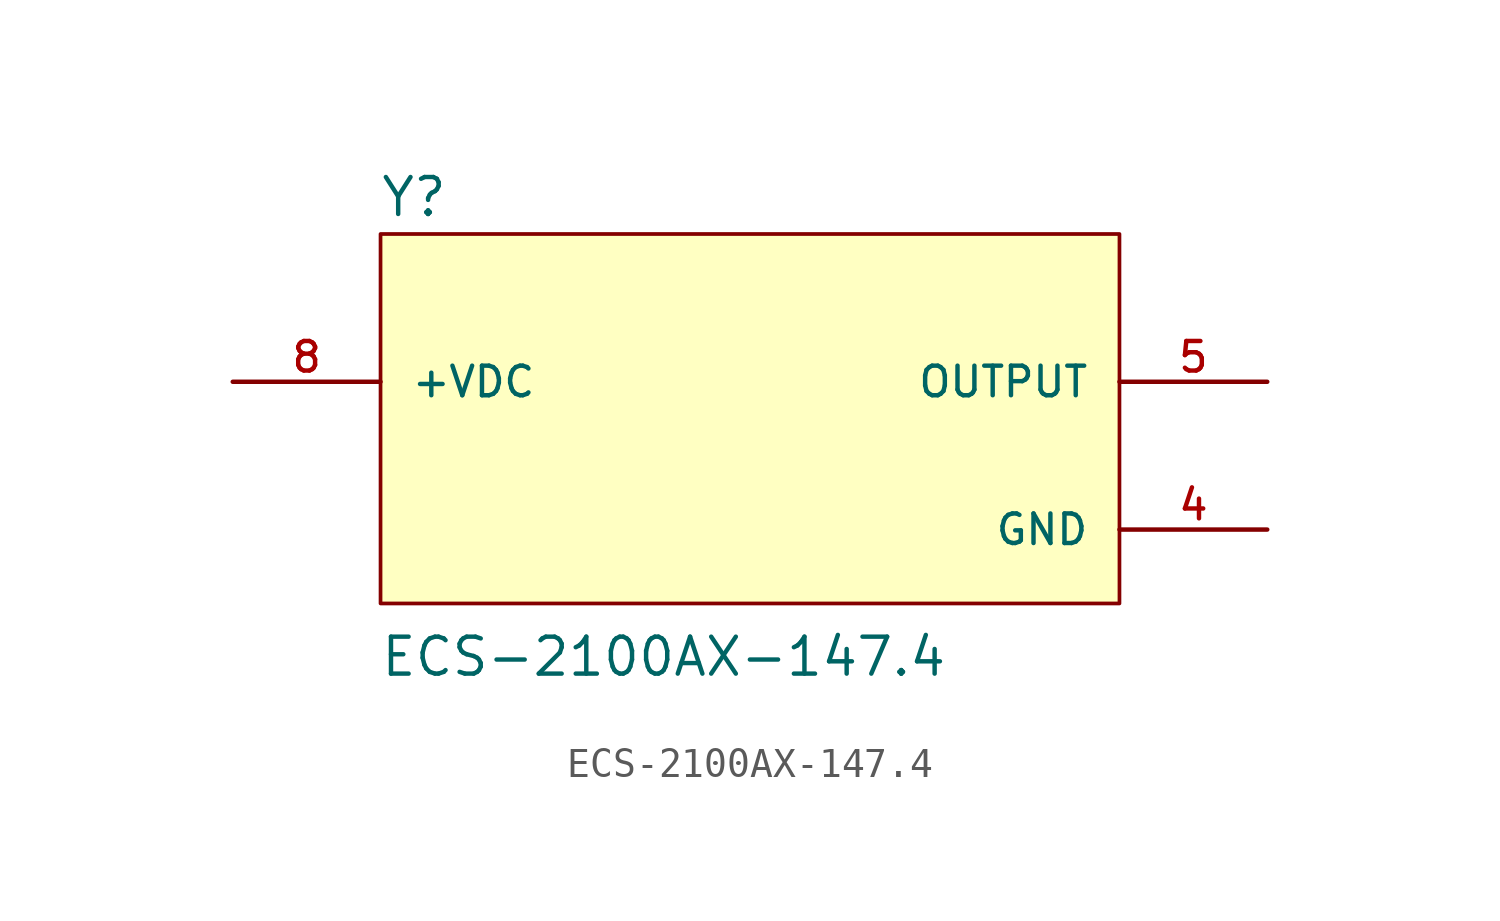
<source format=kicad_sym>
(kicad_symbol_lib
  (version 20211014)
  (generator kicad_symbol_editor)
  (symbol "ECS-2100AX-147.4"
    (pin_names
      (offset 1.016))
    (property "Reference" "Y"
      (at -12.738 5.605 0)
      (effects (font (size 1.27 1.27)) (justify bottom left)))
    (property "Value" "ECS-2100AX-147.4"
      (at -12.743 -10.195 0)
      (effects (font (size 1.27 1.27)) (justify bottom left)))
    (symbol "ECS-2100AX-147.4_0_0"
      (rectangle (start -12.7 -7.62) (end 12.7 5.08) (stroke (width 0.127)) (fill (type background)))
      (pin input line (at -17.78 0.0 0) (length 5.08) (name "+VDC" (effects (font (size 1.016 1.016)))) (number "8" (effects (font (size 1.016 1.016)))))
      (pin output line (at 17.78 0.0 180.0) (length 5.08) (name "OUTPUT" (effects (font (size 1.016 1.016)))) (number "5" (effects (font (size 1.016 1.016)))))
      (pin power_in line (at 17.78 -5.08 180.0) (length 5.08) (name "GND" (effects (font (size 1.016 1.016)))) (number "4" (effects (font (size 1.016 1.016))))))))
</source>
